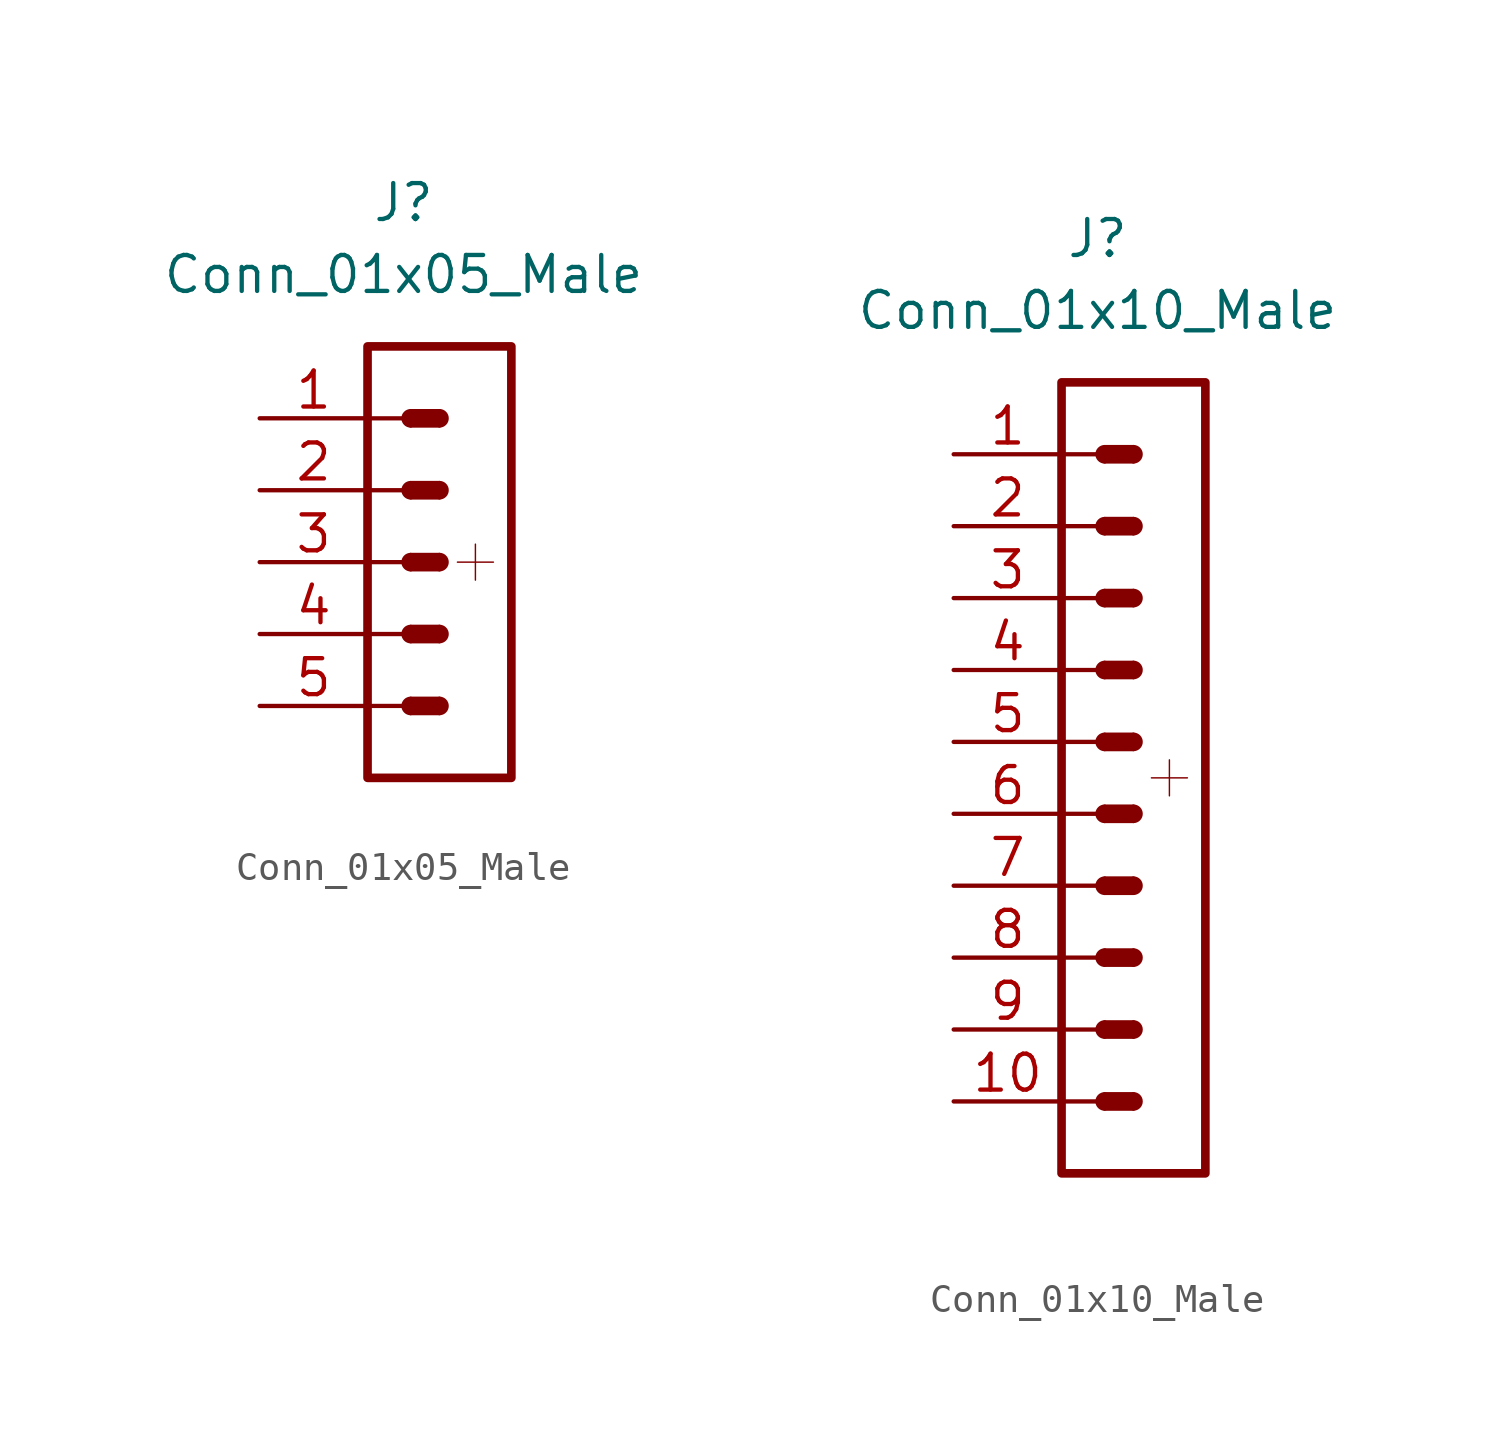
<source format=kicad_sym>
(kicad_symbol_lib
  (version 20211014)
  (generator kicad_symbol_editor)
  (symbol "Conn_01x05_Male"
    (pin_names
      (offset 1.016) hide)
    (property "Reference" "J"
      (at 0 12.7 0)
      (effects (font (size 1.27 1.27))))
    (property "Value" "Conn_01x05_Male"
      (at 0 10.16 0)
      (effects (font (size 1.27 1.27))))
    (symbol "Conn_01x05_Male_0_1"
      (rectangle (start -1.27 -5.08) (end 0 -5.08) (stroke (width 0.152) (type default) (color 0 0 0 0)) (fill (type none)))
      (rectangle (start -1.27 -2.54) (end 0 -2.54) (stroke (width 0.152) (type default) (color 0 0 0 0)) (fill (type none)))
      (rectangle (start -1.27 0) (end 0 0) (stroke (width 0.152) (type default) (color 0 0 0 0)) (fill (type none)))
      (rectangle (start -1.27 2.54) (end 0 2.54) (stroke (width 0.152) (type default) (color 0 0 0 0)) (fill (type none)))
      (rectangle (start -1.27 5.08) (end 0 5.08) (stroke (width 0.152) (type default) (color 0 0 0 0)) (fill (type none)))
      (rectangle (start -1.27 7.62) (end 3.81 -7.62) (stroke (width 0.305) (type default) (color 0 0 0 0)) (fill (type none))))
    (symbol "Conn_01x05_Male_1_1"
      (polyline (pts (xy 1.905 0) (xy 3.175 0)) (stroke (width 0.051) (type default) (color 0 0 0 0)) (fill (type none)))
      (polyline (pts (xy 2.54 0.635) (xy 2.54 -0.635)) (stroke (width 0.051) (type default) (color 0 0 0 0)) (fill (type none)))
      (arc (start 0.254 -4.826) (mid 0 -5.08) (end 0.254 -5.334) (stroke (width 0) (type default) (color 0 0 0 0)) (fill (type outline)))
      (rectangle (start 0.254 -4.826) (end 1.27 -5.334) (stroke (width 0) (type default) (color 0 0 0 0)) (fill (type outline)))
      (arc (start 0.254 -2.286) (mid 0 -2.54) (end 0.254 -2.794) (stroke (width 0) (type default) (color 0 0 0 0)) (fill (type outline)))
      (rectangle (start 0.254 -2.286) (end 1.27 -2.794) (stroke (width 0) (type default) (color 0 0 0 0)) (fill (type outline)))
      (arc (start 0.254 0.254) (mid 0 0) (end 0.254 -0.254) (stroke (width 0) (type default) (color 0 0 0 0)) (fill (type outline)))
      (rectangle (start 0.254 0.254) (end 1.27 -0.254) (stroke (width 0) (type default) (color 0 0 0 0)) (fill (type outline)))
      (arc (start 0.254 2.794) (mid 0 2.54) (end 0.254 2.286) (stroke (width 0) (type default) (color 0 0 0 0)) (fill (type outline)))
      (rectangle (start 0.254 2.794) (end 1.27 2.286) (stroke (width 0) (type default) (color 0 0 0 0)) (fill (type outline)))
      (arc (start 0.254 5.334) (mid 0 5.08) (end 0.254 4.826) (stroke (width 0) (type default) (color 0 0 0 0)) (fill (type outline)))
      (rectangle (start 0.254 5.334) (end 1.27 4.826) (stroke (width 0) (type default) (color 0 0 0 0)) (fill (type outline)))
      (arc (start 1.27 -5.334) (mid 1.524 -5.08) (end 1.27 -4.826) (stroke (width 0) (type default) (color 0 0 0 0)) (fill (type outline)))
      (arc (start 1.27 -2.794) (mid 1.524 -2.54) (end 1.27 -2.286) (stroke (width 0) (type default) (color 0 0 0 0)) (fill (type outline)))
      (arc (start 1.27 -0.254) (mid 1.524 0) (end 1.27 0.254) (stroke (width 0) (type default) (color 0 0 0 0)) (fill (type outline)))
      (arc (start 1.27 2.286) (mid 1.524 2.54) (end 1.27 2.794) (stroke (width 0) (type default) (color 0 0 0 0)) (fill (type outline)))
      (arc (start 1.27 4.826) (mid 1.524 5.08) (end 1.27 5.334) (stroke (width 0) (type default) (color 0 0 0 0)) (fill (type outline)))
      (pin passive line (at -5.08 5.08 0) (length 3.81) (name "Pin_1" (effects (font (size 1.27 1.27)))) (number "1" (effects (font (size 1.27 1.27)))))
      (pin passive line (at -5.08 2.54 0) (length 3.81) (name "Pin_2" (effects (font (size 1.27 1.27)))) (number "2" (effects (font (size 1.27 1.27)))))
      (pin passive line (at -5.08 0 0) (length 3.81) (name "Pin_3" (effects (font (size 1.27 1.27)))) (number "3" (effects (font (size 1.27 1.27)))))
      (pin passive line (at -5.08 -2.54 0) (length 3.81) (name "Pin_4" (effects (font (size 1.27 1.27)))) (number "4" (effects (font (size 1.27 1.27)))))
      (pin passive line (at -5.08 -5.08 0) (length 3.81) (name "Pin_5" (effects (font (size 1.27 1.27)))) (number "5" (effects (font (size 1.27 1.27)))))))
  (symbol "Conn_01x10_Male"
    (pin_names
      (offset 1.016) hide)
    (property "Reference" "J"
      (at 0 17.78 0)
      (effects (font (size 1.27 1.27))))
    (property "Value" "Conn_01x10_Male"
      (at 0 15.24 0)
      (effects (font (size 1.27 1.27))))
    (symbol "Conn_01x10_Male_0_1"
      (rectangle (start -1.27 -5.08) (end 0 -5.08) (stroke (width 0.152) (type default) (color 0 0 0 0)) (fill (type none)))
      (rectangle (start -1.27 -2.54) (end 0 -2.54) (stroke (width 0.152) (type default) (color 0 0 0 0)) (fill (type none)))
      (rectangle (start -1.27 0) (end 0 0) (stroke (width 0.152) (type default) (color 0 0 0 0)) (fill (type none)))
      (rectangle (start -1.27 2.54) (end 0 2.54) (stroke (width 0.152) (type default) (color 0 0 0 0)) (fill (type none)))
      (rectangle (start -1.27 5.08) (end 0 5.08) (stroke (width 0.152) (type default) (color 0 0 0 0)) (fill (type none)))
      (rectangle (start -1.27 7.62) (end 0 7.62) (stroke (width 0.152) (type default) (color 0 0 0 0)) (fill (type none)))
      (rectangle (start -1.27 10.16) (end 0 10.16) (stroke (width 0.152) (type default) (color 0 0 0 0)) (fill (type none)))
      (rectangle (start -1.27 12.7) (end 3.81 -15.24) (stroke (width 0.305) (type default) (color 0 0 0 0)) (fill (type none))))
    (symbol "Conn_01x10_Male_1_1"
      (rectangle (start -1.27 -12.7) (end 0 -12.7) (stroke (width 0.152) (type default) (color 0 0 0 0)) (fill (type none)))
      (rectangle (start -1.27 -10.16) (end 0 -10.16) (stroke (width 0.152) (type default) (color 0 0 0 0)) (fill (type none)))
      (rectangle (start -1.27 -7.62) (end 0 -7.62) (stroke (width 0.152) (type default) (color 0 0 0 0)) (fill (type none)))
      (polyline (pts (xy 1.905 -1.27) (xy 3.175 -1.27)) (stroke (width 0.051) (type default) (color 0 0 0 0)) (fill (type none)))
      (polyline (pts (xy 2.54 -0.635) (xy 2.54 -1.905)) (stroke (width 0.051) (type default) (color 0 0 0 0)) (fill (type none)))
      (arc (start 0.254 -12.446) (mid 0 -12.7) (end 0.254 -12.954) (stroke (width 0) (type default) (color 0 0 0 0)) (fill (type outline)))
      (rectangle (start 0.254 -12.446) (end 1.27 -12.954) (stroke (width 0) (type default) (color 0 0 0 0)) (fill (type outline)))
      (arc (start 0.254 -9.906) (mid 0 -10.16) (end 0.254 -10.414) (stroke (width 0) (type default) (color 0 0 0 0)) (fill (type outline)))
      (rectangle (start 0.254 -9.906) (end 1.27 -10.414) (stroke (width 0) (type default) (color 0 0 0 0)) (fill (type outline)))
      (arc (start 0.254 -7.366) (mid 0 -7.62) (end 0.254 -7.874) (stroke (width 0) (type default) (color 0 0 0 0)) (fill (type outline)))
      (rectangle (start 0.254 -7.366) (end 1.27 -7.874) (stroke (width 0) (type default) (color 0 0 0 0)) (fill (type outline)))
      (arc (start 0.254 -4.826) (mid 0 -5.08) (end 0.254 -5.334) (stroke (width 0) (type default) (color 0 0 0 0)) (fill (type outline)))
      (rectangle (start 0.254 -4.826) (end 1.27 -5.334) (stroke (width 0) (type default) (color 0 0 0 0)) (fill (type outline)))
      (arc (start 0.254 -2.286) (mid 0 -2.54) (end 0.254 -2.794) (stroke (width 0) (type default) (color 0 0 0 0)) (fill (type outline)))
      (rectangle (start 0.254 -2.286) (end 1.27 -2.794) (stroke (width 0) (type default) (color 0 0 0 0)) (fill (type outline)))
      (arc (start 0.254 0.254) (mid 0 0) (end 0.254 -0.254) (stroke (width 0) (type default) (color 0 0 0 0)) (fill (type outline)))
      (rectangle (start 0.254 0.254) (end 1.27 -0.254) (stroke (width 0) (type default) (color 0 0 0 0)) (fill (type outline)))
      (arc (start 0.254 2.794) (mid 0 2.54) (end 0.254 2.286) (stroke (width 0) (type default) (color 0 0 0 0)) (fill (type outline)))
      (rectangle (start 0.254 2.794) (end 1.27 2.286) (stroke (width 0) (type default) (color 0 0 0 0)) (fill (type outline)))
      (arc (start 0.254 5.334) (mid 0 5.08) (end 0.254 4.826) (stroke (width 0) (type default) (color 0 0 0 0)) (fill (type outline)))
      (rectangle (start 0.254 5.334) (end 1.27 4.826) (stroke (width 0) (type default) (color 0 0 0 0)) (fill (type outline)))
      (arc (start 0.254 7.874) (mid 0 7.62) (end 0.254 7.366) (stroke (width 0) (type default) (color 0 0 0 0)) (fill (type outline)))
      (rectangle (start 0.254 7.874) (end 1.27 7.366) (stroke (width 0) (type default) (color 0 0 0 0)) (fill (type outline)))
      (arc (start 0.254 10.414) (mid 0 10.16) (end 0.254 9.906) (stroke (width 0) (type default) (color 0 0 0 0)) (fill (type outline)))
      (rectangle (start 0.254 10.414) (end 1.27 9.906) (stroke (width 0) (type default) (color 0 0 0 0)) (fill (type outline)))
      (arc (start 1.27 -12.954) (mid 1.524 -12.7) (end 1.27 -12.446) (stroke (width 0) (type default) (color 0 0 0 0)) (fill (type outline)))
      (arc (start 1.27 -10.414) (mid 1.524 -10.16) (end 1.27 -9.906) (stroke (width 0) (type default) (color 0 0 0 0)) (fill (type outline)))
      (arc (start 1.27 -7.874) (mid 1.524 -7.62) (end 1.27 -7.366) (stroke (width 0) (type default) (color 0 0 0 0)) (fill (type outline)))
      (arc (start 1.27 -5.334) (mid 1.524 -5.08) (end 1.27 -4.826) (stroke (width 0) (type default) (color 0 0 0 0)) (fill (type outline)))
      (arc (start 1.27 -2.794) (mid 1.524 -2.54) (end 1.27 -2.286) (stroke (width 0) (type default) (color 0 0 0 0)) (fill (type outline)))
      (arc (start 1.27 -0.254) (mid 1.524 0) (end 1.27 0.254) (stroke (width 0) (type default) (color 0 0 0 0)) (fill (type outline)))
      (arc (start 1.27 2.286) (mid 1.524 2.54) (end 1.27 2.794) (stroke (width 0) (type default) (color 0 0 0 0)) (fill (type outline)))
      (arc (start 1.27 4.826) (mid 1.524 5.08) (end 1.27 5.334) (stroke (width 0) (type default) (color 0 0 0 0)) (fill (type outline)))
      (arc (start 1.27 7.366) (mid 1.524 7.62) (end 1.27 7.874) (stroke (width 0) (type default) (color 0 0 0 0)) (fill (type outline)))
      (arc (start 1.27 9.906) (mid 1.524 10.16) (end 1.27 10.414) (stroke (width 0) (type default) (color 0 0 0 0)) (fill (type outline)))
      (pin passive line (at -5.08 10.16 0) (length 3.81) (name "Pin_1" (effects (font (size 1.27 1.27)))) (number "1" (effects (font (size 1.27 1.27)))))
      (pin passive line (at -5.08 -12.7 0) (length 3.81) (name "Pin_10" (effects (font (size 1.27 1.27)))) (number "10" (effects (font (size 1.27 1.27)))))
      (pin passive line (at -5.08 7.62 0) (length 3.81) (name "Pin_2" (effects (font (size 1.27 1.27)))) (number "2" (effects (font (size 1.27 1.27)))))
      (pin passive line (at -5.08 5.08 0) (length 3.81) (name "Pin_3" (effects (font (size 1.27 1.27)))) (number "3" (effects (font (size 1.27 1.27)))))
      (pin passive line (at -5.08 2.54 0) (length 3.81) (name "Pin_4" (effects (font (size 1.27 1.27)))) (number "4" (effects (font (size 1.27 1.27)))))
      (pin passive line (at -5.08 0 0) (length 3.81) (name "Pin_5" (effects (font (size 1.27 1.27)))) (number "5" (effects (font (size 1.27 1.27)))))
      (pin passive line (at -5.08 -2.54 0) (length 3.81) (name "Pin_6" (effects (font (size 1.27 1.27)))) (number "6" (effects (font (size 1.27 1.27)))))
      (pin passive line (at -5.08 -5.08 0) (length 3.81) (name "Pin_7" (effects (font (size 1.27 1.27)))) (number "7" (effects (font (size 1.27 1.27)))))
      (pin passive line (at -5.08 -7.62 0) (length 3.81) (name "Pin_8" (effects (font (size 1.27 1.27)))) (number "8" (effects (font (size 1.27 1.27)))))
      (pin passive line (at -5.08 -10.16 0) (length 3.81) (name "Pin_9" (effects (font (size 1.27 1.27)))) (number "9" (effects (font (size 1.27 1.27))))))))
</source>
